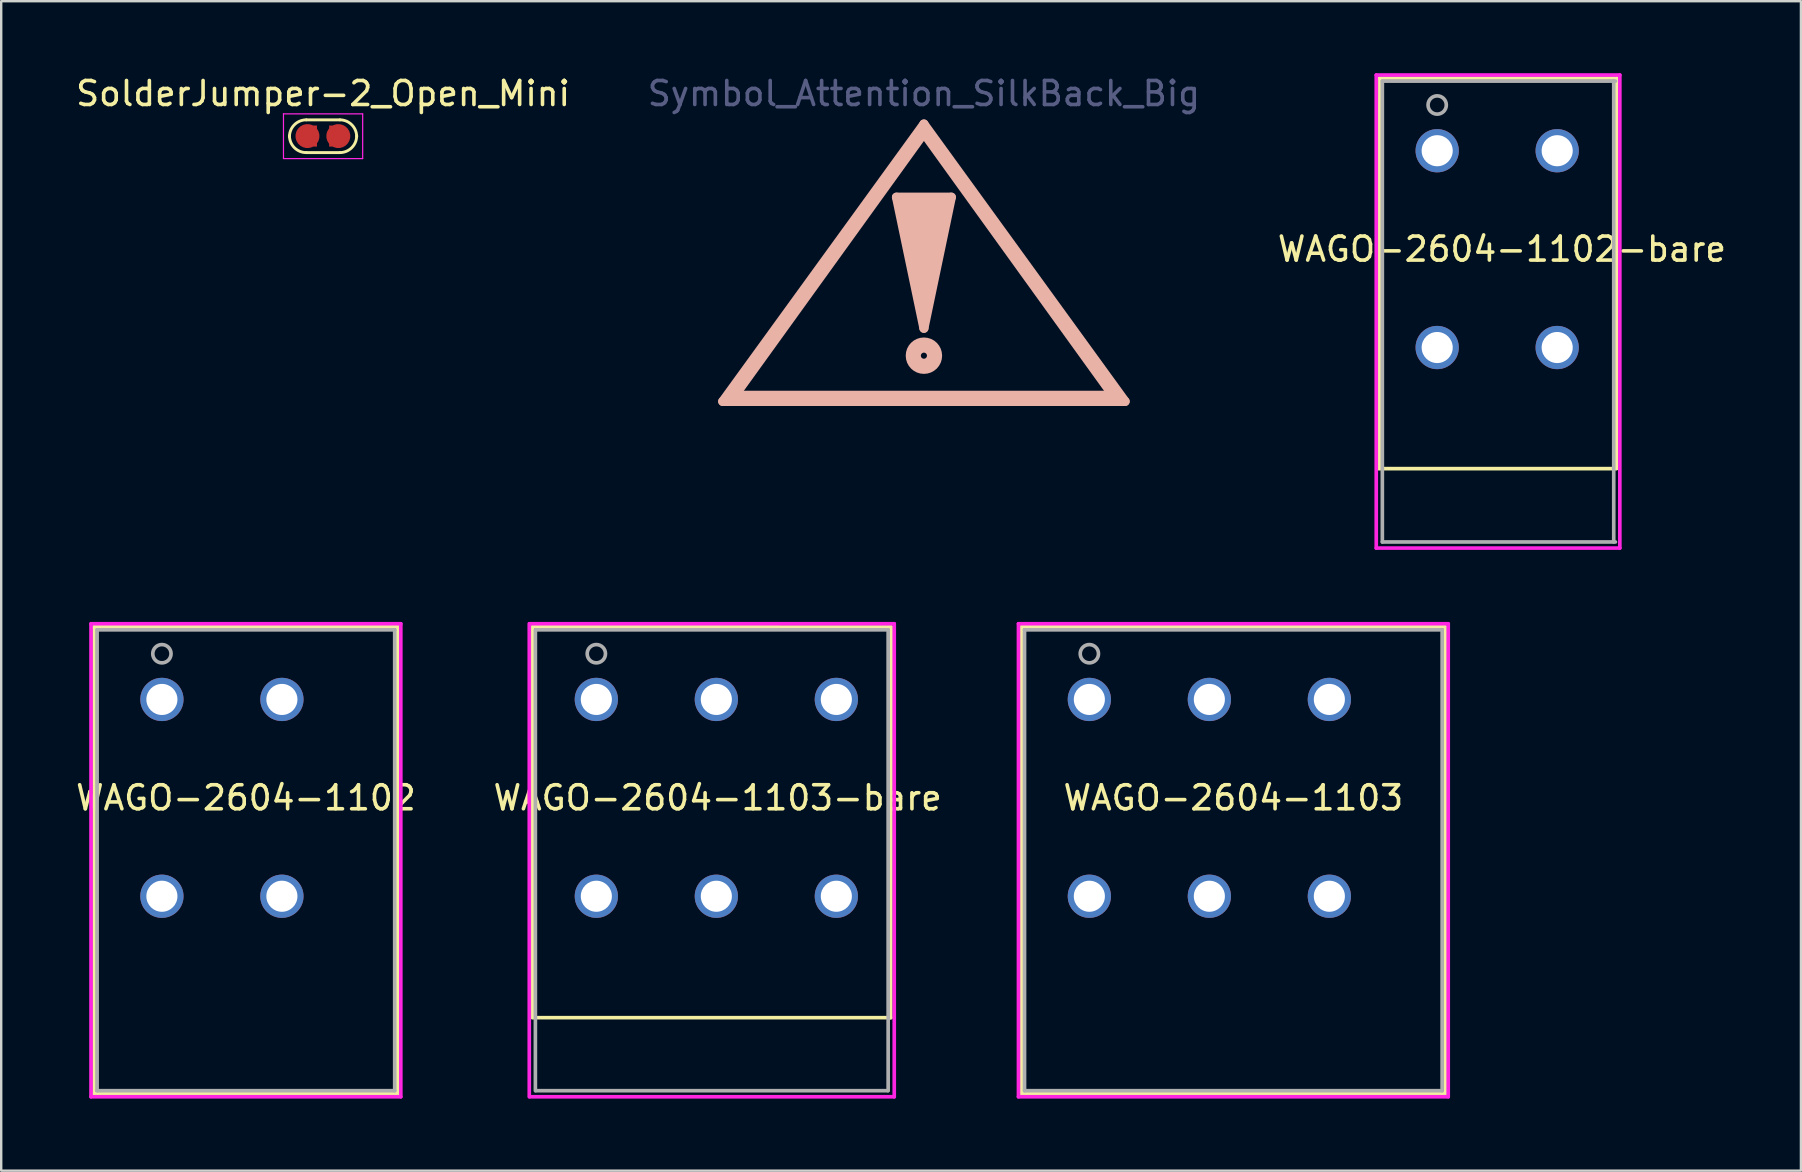
<source format=kicad_pcb>
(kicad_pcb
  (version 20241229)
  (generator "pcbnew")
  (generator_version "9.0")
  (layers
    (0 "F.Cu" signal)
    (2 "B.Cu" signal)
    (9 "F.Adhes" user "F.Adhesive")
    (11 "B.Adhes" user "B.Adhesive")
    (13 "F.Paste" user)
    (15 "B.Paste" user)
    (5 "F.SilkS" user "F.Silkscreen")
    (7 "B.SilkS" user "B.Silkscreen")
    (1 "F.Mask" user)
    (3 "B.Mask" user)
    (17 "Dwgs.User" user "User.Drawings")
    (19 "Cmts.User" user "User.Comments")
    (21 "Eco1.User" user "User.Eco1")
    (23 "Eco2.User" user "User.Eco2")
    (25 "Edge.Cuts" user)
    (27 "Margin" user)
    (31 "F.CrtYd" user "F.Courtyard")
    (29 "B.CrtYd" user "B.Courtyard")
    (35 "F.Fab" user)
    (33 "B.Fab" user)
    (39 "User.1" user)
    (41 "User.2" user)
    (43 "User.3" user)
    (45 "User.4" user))
  (footprint "WAGO-2604-1102"
    (layer "F.Cu")
    (at 3.696 26.093)
    (property "Reference" "WAGO-2604-1102" (at 3.5 4.1 180) (layer "F.SilkS") (effects (font (size 1 1) (thickness 0.15))))
    (attr through_hole)
    (fp_line (start -2.827 -3.027) (end -2.827 16.429) (stroke (width 0.152) (type solid)) (layer "F.SilkS"))
    (fp_line (start -2.827 16.429) (end 9.827 16.429) (stroke (width 0.152) (type solid)) (layer "F.SilkS"))
    (fp_line (start 9.827 -3.027) (end -2.827 -3.027) (stroke (width 0.152) (type solid)) (layer "F.SilkS"))
    (fp_line (start 9.827 16.429) (end 9.827 -3.027) (stroke (width 0.152) (type solid)) (layer "F.SilkS"))
    (fp_line (start -2.954 -3.154) (end -2.954 16.556) (stroke (width 0.152) (type solid)) (layer "F.CrtYd"))
    (fp_line (start -2.954 16.556) (end 9.954 16.556) (stroke (width 0.152) (type solid)) (layer "F.CrtYd"))
    (fp_line (start 9.954 -3.154) (end -2.954 -3.154) (stroke (width 0.152) (type solid)) (layer "F.CrtYd"))
    (fp_line (start 9.954 16.556) (end 9.954 -3.154) (stroke (width 0.152) (type solid)) (layer "F.CrtYd"))
    (fp_line (start -2.7 -2.9) (end -2.7 16.302) (stroke (width 0.152) (type solid)) (layer "F.Fab"))
    (fp_line (start -2.7 16.302) (end 9.7 16.302) (stroke (width 0.152) (type solid)) (layer "F.Fab"))
    (fp_line (start 9.7 -2.9) (end -2.7 -2.9) (stroke (width 0.152) (type solid)) (layer "F.Fab"))
    (fp_line (start 9.7 16.302) (end 9.7 -2.9) (stroke (width 0.152) (type solid)) (layer "F.Fab"))
    (fp_circle (center 0 -1.905) (end 0.381 -1.905) (stroke (width 0.152) (type solid)) (fill no) (layer "F.Fab"))
    (fp_text user "Copyright 2016 Accelerated Designs. All rights reserved." (at 0 0 180) (layer "Cmts.User") (effects (font (size 0.127 0.127) (thickness 0.002))))
    (pad "1" thru_hole circle (at 0 0) (size 1.803 1.803) (drill 1.295) (layers "*.Cu" "*.Mask"))
    (pad "2" thru_hole circle (at 0 8.2) (size 1.803 1.803) (drill 1.295) (layers "*.Cu" "*.Mask"))
    (pad "3" thru_hole circle (at 5 0) (size 1.803 1.803) (drill 1.295) (layers "*.Cu" "*.Mask"))
    (pad "4" thru_hole circle (at 5 8.2) (size 1.803 1.803) (drill 1.295) (layers "*.Cu" "*.Mask")))
  (footprint "WAGO-2604-1102-bare"
    (layer "F.Cu")
    (at 56.832 3.23)
    (property "Reference" "WAGO-2604-1102-bare" (at 2.698 4.1 0) (layer "F.SilkS") (effects (font (size 1 1) (thickness 0.15))))
    (attr through_hole)
    (fp_line (start -2.498 13.246) (end 7.468 13.246) (stroke (width 0.152) (type solid)) (layer "F.SilkS"))
    (fp_line (start -2.388 -2.997) (end -2.413 13.233) (stroke (width 0.152) (type solid)) (layer "F.SilkS"))
    (fp_line (start 7.483 13.233) (end 7.483 -3.027) (stroke (width 0.152) (type solid)) (layer "F.SilkS"))
    (fp_line (start 7.554 -3.027) (end -2.412 -3.027) (stroke (width 0.152) (type solid)) (layer "F.SilkS"))
    (fp_line (start -2.539 -3.154) (end -2.539 16.556) (stroke (width 0.152) (type solid)) (layer "F.CrtYd"))
    (fp_line (start -2.539 16.556) (end 7.61 16.556) (stroke (width 0.152) (type solid)) (layer "F.CrtYd"))
    (fp_line (start 7.61 -3.154) (end -2.539 -3.154) (stroke (width 0.152) (type solid)) (layer "F.CrtYd"))
    (fp_line (start 7.61 16.556) (end 7.61 -3.154) (stroke (width 0.152) (type solid)) (layer "F.CrtYd"))
    (fp_line (start -2.285 -2.9) (end -2.285 16.302) (stroke (width 0.152) (type solid)) (layer "F.Fab"))
    (fp_line (start -2.285 16.302) (end 7.427 16.302) (stroke (width 0.152) (type solid)) (layer "F.Fab"))
    (fp_line (start 7.356 16.302) (end 7.356 -2.9) (stroke (width 0.152) (type solid)) (layer "F.Fab"))
    (fp_line (start 7.427 -2.9) (end -2.285 -2.9) (stroke (width 0.152) (type solid)) (layer "F.Fab"))
    (fp_circle (center 0 -1.905) (end 0.381 -1.905) (stroke (width 0.152) (type solid)) (fill no) (layer "F.Fab"))
    (fp_text user "Copyright 2016 Accelerated Designs. All rights reserved." (at 0 0 0) (layer "Cmts.User") (effects (font (size 0.127 0.127) (thickness 0.002))))
    (pad "1" thru_hole circle (at 0 0) (size 1.803 1.803) (drill 1.295) (layers "*.Cu" "*.Mask"))
    (pad "2" thru_hole circle (at 0 8.2) (size 1.803 1.803) (drill 1.295) (layers "*.Cu" "*.Mask"))
    (pad "3" thru_hole circle (at 5 0) (size 1.803 1.803) (drill 1.295) (layers "*.Cu" "*.Mask"))
    (pad "4" thru_hole circle (at 5 8.2) (size 1.803 1.803) (drill 1.295) (layers "*.Cu" "*.Mask")))
  (footprint "Symbol_Attention_SilkBack_Big"
    (layer "F.Cu")
    (at 35.446 8.976)
    (property "Reference" "Symbol_Attention_SilkBack_Big" (at 0 -8.128 0) (layer "B.Fab") (effects (font (size 1 1) (thickness 0.15))))
    (attr exclude_from_pos_files exclude_from_bom)
    (fp_line (start -8.382 4.699) (end 0 -6.858) (stroke (width 0.381) (type solid)) (layer "B.SilkS"))
    (fp_line (start -7.874 4.445) (end 0 -6.477) (stroke (width 0.381) (type solid)) (layer "B.SilkS"))
    (fp_line (start -1.143 -3.81) (end 1.143 -3.81) (stroke (width 0.381) (type solid)) (layer "B.SilkS"))
    (fp_line (start 0 -6.858) (end 8.382 4.699) (stroke (width 0.381) (type solid)) (layer "B.SilkS"))
    (fp_line (start 0 -6.477) (end 7.874 4.445) (stroke (width 0.381) (type solid)) (layer "B.SilkS"))
    (fp_line (start 0 1.651) (end -1.143 -3.81) (stroke (width 0.381) (type solid)) (layer "B.SilkS"))
    (fp_line (start 1.143 -3.81) (end 0 1.651) (stroke (width 0.381) (type solid)) (layer "B.SilkS"))
    (fp_line (start 7.874 4.445) (end -7.874 4.445) (stroke (width 0.381) (type solid)) (layer "B.SilkS"))
    (fp_line (start 8.382 4.699) (end -8.382 4.699) (stroke (width 0.381) (type solid)) (layer "B.SilkS"))
    (fp_circle (center 0 2.794) (end 0.127 2.794) (stroke (width 0.381) (type solid)) (fill no) (layer "B.SilkS"))
    (fp_circle (center 0 2.794) (end 0.18 2.794) (stroke (width 0.381) (type solid)) (fill no) (layer "B.SilkS"))
    (fp_circle (center 0 2.794) (end 0.568 2.794) (stroke (width 0.381) (type solid)) (fill no) (layer "B.SilkS"))
    (fp_poly (pts (xy 0 1.524) (xy -1.143 -3.81) (xy 1.143 -3.81)) (stroke (width 0.1) (type solid)) (fill yes) (layer "B.SilkS")))
  (footprint "WAGO-2604-1103"
    (layer "F.Cu")
    (at 42.339 26.093)
    (property "Reference" "WAGO-2604-1103" (at 6 4.1 0) (layer "F.SilkS") (effects (font (size 1 1) (thickness 0.15))))
    (attr through_hole)
    (fp_line (start -2.827 -3.027) (end -2.827 16.429) (stroke (width 0.152) (type solid)) (layer "F.SilkS"))
    (fp_line (start -2.827 16.429) (end 14.826 16.429) (stroke (width 0.152) (type solid)) (layer "F.SilkS"))
    (fp_line (start 14.826 -3.027) (end -2.827 -3.027) (stroke (width 0.152) (type solid)) (layer "F.SilkS"))
    (fp_line (start 14.826 16.429) (end 14.826 -3.027) (stroke (width 0.152) (type solid)) (layer "F.SilkS"))
    (fp_line (start -2.954 -3.154) (end -2.954 16.556) (stroke (width 0.152) (type solid)) (layer "F.CrtYd"))
    (fp_line (start -2.954 16.556) (end 14.953 16.556) (stroke (width 0.152) (type solid)) (layer "F.CrtYd"))
    (fp_line (start 14.953 -3.154) (end -2.954 -3.154) (stroke (width 0.152) (type solid)) (layer "F.CrtYd"))
    (fp_line (start 14.953 16.556) (end 14.953 -3.154) (stroke (width 0.152) (type solid)) (layer "F.CrtYd"))
    (fp_line (start -2.7 -2.9) (end -2.7 16.302) (stroke (width 0.152) (type solid)) (layer "F.Fab"))
    (fp_line (start -2.7 16.302) (end 14.699 16.302) (stroke (width 0.152) (type solid)) (layer "F.Fab"))
    (fp_line (start 14.699 -2.9) (end -2.7 -2.9) (stroke (width 0.152) (type solid)) (layer "F.Fab"))
    (fp_line (start 14.699 16.302) (end 14.699 -2.9) (stroke (width 0.152) (type solid)) (layer "F.Fab"))
    (fp_circle (center 0 -1.905) (end 0.381 -1.905) (stroke (width 0.152) (type solid)) (fill no) (layer "F.Fab"))
    (fp_text user "Copyright 2016 Accelerated Designs. All rights reserved." (at 0 0 0) (layer "Cmts.User") (effects (font (size 0.127 0.127) (thickness 0.002))))
    (pad "1" thru_hole circle (at 0 0) (size 1.803 1.803) (drill 1.295) (layers "*.Cu" "*.Mask"))
    (pad "2" thru_hole circle (at 0 8.2) (size 1.803 1.803) (drill 1.295) (layers "*.Cu" "*.Mask"))
    (pad "3" thru_hole circle (at 5 0) (size 1.803 1.803) (drill 1.295) (layers "*.Cu" "*.Mask"))
    (pad "4" thru_hole circle (at 5 8.2) (size 1.803 1.803) (drill 1.295) (layers "*.Cu" "*.Mask"))
    (pad "5" thru_hole circle (at 10 0) (size 1.803 1.803) (drill 1.295) (layers "*.Cu" "*.Mask"))
    (pad "6" thru_hole circle (at 10 8.2) (size 1.803 1.803) (drill 1.295) (layers "*.Cu" "*.Mask")))
  (footprint "SolderJumper-2_Open_Mini"
    (layer "F.Cu")
    (at 10.411 2.626)
    (property "Reference" "SolderJumper-2_Open_Mini" (at 0 -1.778 0) (layer "F.SilkS") (effects (font (size 1 1) (thickness 0.15))))
    (attr exclude_from_pos_files exclude_from_bom)
    (fp_line (start -0.7 -0.682) (end 0.7 -0.682) (stroke (width 0.12) (type solid)) (layer "F.SilkS"))
    (fp_line (start 0.7 0.682) (end -0.7 0.682) (stroke (width 0.12) (type solid)) (layer "F.SilkS"))
    (fp_arc (start -1.4 0.0175) (mid -1.194975 -0.477475) (end -0.7 -0.6825) (stroke (width 0.12) (type solid)) (layer "F.SilkS"))
    (fp_arc (start -0.7 0.6825) (mid -1.194975 0.477475) (end -1.4 -0.0175) (stroke (width 0.12) (type solid)) (layer "F.SilkS"))
    (fp_arc (start 0.7 -0.6825) (mid 1.194975 -0.477475) (end 1.4 0.0175) (stroke (width 0.12) (type solid)) (layer "F.SilkS"))
    (fp_arc (start 1.4 -0.0175) (mid 1.194975 0.477475) (end 0.7 0.6825) (stroke (width 0.12) (type solid)) (layer "F.SilkS"))
    (fp_line (start -1.65 -0.939) (end -1.65 0.926) (stroke (width 0.05) (type solid)) (layer "F.CrtYd"))
    (fp_line (start -1.65 -0.932) (end 1.65 -0.932) (stroke (width 0.05) (type solid)) (layer "F.CrtYd"))
    (fp_line (start 1.65 0.932) (end -1.65 0.932) (stroke (width 0.05) (type solid)) (layer "F.CrtYd"))
    (fp_line (start 1.65 0.932) (end 1.65 -0.932) (stroke (width 0.05) (type solid)) (layer "F.CrtYd"))
    (pad "1" smd custom (at -0.635 -0.006) (size 0.8 0.4) (layers "F.Cu" "F.Mask") (options (anchor rect)) (primitives (gr_poly (pts (xy -0.119 -0.439) (xy 0.381 -0.439) (xy 0.381 0.439) (xy -0.119 0.439)) (width 0) (fill yes)) (gr_circle (center -0.015 0) (end 0.485 0) (width 0) (fill yes))))
    (pad "2" smd custom (at 0.635 -0.006) (size 0.8 0.4) (layers "F.Cu" "F.Mask") (options (anchor rect)) (primitives (gr_poly (pts (xy 0.119 -0.439) (xy -0.381 -0.439) (xy -0.381 0.439) (xy 0.119 0.439)) (width 0) (fill yes)) (gr_circle (center 0 0) (end 0.5 0) (width 0) (fill yes)))))
  (footprint "WAGO-2604-1103-bare"
    (layer "F.Cu")
    (at 21.797 26.093)
    (property "Reference" "WAGO-2604-1103-bare" (at 5.055 4.1 180) (layer "F.SilkS") (effects (font (size 1 1) (thickness 0.15))))
    (attr through_hole)
    (fp_line (start -2.667 -3.027) (end -2.667 13.259) (stroke (width 0.152) (type solid)) (layer "F.SilkS"))
    (fp_line (start -2.616 13.259) (end 12.268 13.259) (stroke (width 0.152) (type solid)) (layer "F.SilkS"))
    (fp_line (start 12.268 -3.023) (end -2.649 -3.027) (stroke (width 0.152) (type solid)) (layer "F.SilkS"))
    (fp_line (start 12.268 13.259) (end 12.286 -3.027) (stroke (width 0.152) (type solid)) (layer "F.SilkS"))
    (fp_line (start -2.794 -3.154) (end -2.794 16.556) (stroke (width 0.152) (type solid)) (layer "F.CrtYd"))
    (fp_line (start -2.776 16.556) (end 12.413 16.556) (stroke (width 0.152) (type solid)) (layer "F.CrtYd"))
    (fp_line (start 12.413 -3.154) (end -2.776 -3.154) (stroke (width 0.152) (type solid)) (layer "F.CrtYd"))
    (fp_line (start 12.413 16.556) (end 12.413 -3.154) (stroke (width 0.152) (type solid)) (layer "F.CrtYd"))
    (fp_line (start -2.54 -2.9) (end -2.54 16.302) (stroke (width 0.152) (type solid)) (layer "F.Fab"))
    (fp_line (start -2.522 16.302) (end 12.141 16.302) (stroke (width 0.152) (type solid)) (layer "F.Fab"))
    (fp_line (start 12.159 -2.9) (end -2.522 -2.9) (stroke (width 0.152) (type solid)) (layer "F.Fab"))
    (fp_line (start 12.159 16.302) (end 12.159 -2.9) (stroke (width 0.152) (type solid)) (layer "F.Fab"))
    (fp_circle (center 0 -1.905) (end 0.381 -1.905) (stroke (width 0.152) (type solid)) (fill no) (layer "F.Fab"))
    (fp_text user "*" (at 0 0 180) (layer "F.SilkS") (effects (font (size 1 1) (thickness 0.15))))
    (fp_text user "Copyright 2016 Accelerated Designs. All rights reserved." (at 0 0 180) (layer "Cmts.User") (effects (font (size 0.127 0.127) (thickness 0.002))))
    (pad "1" thru_hole circle (at 0 0) (size 1.803 1.803) (drill 1.295) (layers "*.Cu" "*.Mask"))
    (pad "2" thru_hole circle (at 0 8.2) (size 1.803 1.803) (drill 1.295) (layers "*.Cu" "*.Mask"))
    (pad "3" thru_hole circle (at 5 0) (size 1.803 1.803) (drill 1.295) (layers "*.Cu" "*.Mask"))
    (pad "4" thru_hole circle (at 5 8.2) (size 1.803 1.803) (drill 1.295) (layers "*.Cu" "*.Mask"))
    (pad "5" thru_hole circle (at 10 0) (size 1.803 1.803) (drill 1.295) (layers "*.Cu" "*.Mask"))
    (pad "6" thru_hole circle (at 10 8.2) (size 1.803 1.803) (drill 1.295) (layers "*.Cu" "*.Mask")))
  (gr_rect
    (start -3 -3)
    (end 71.988 45.726)
    (stroke (width 0.1) (type default))
    (fill no)
    (layer "Edge.Cuts")))
</source>
